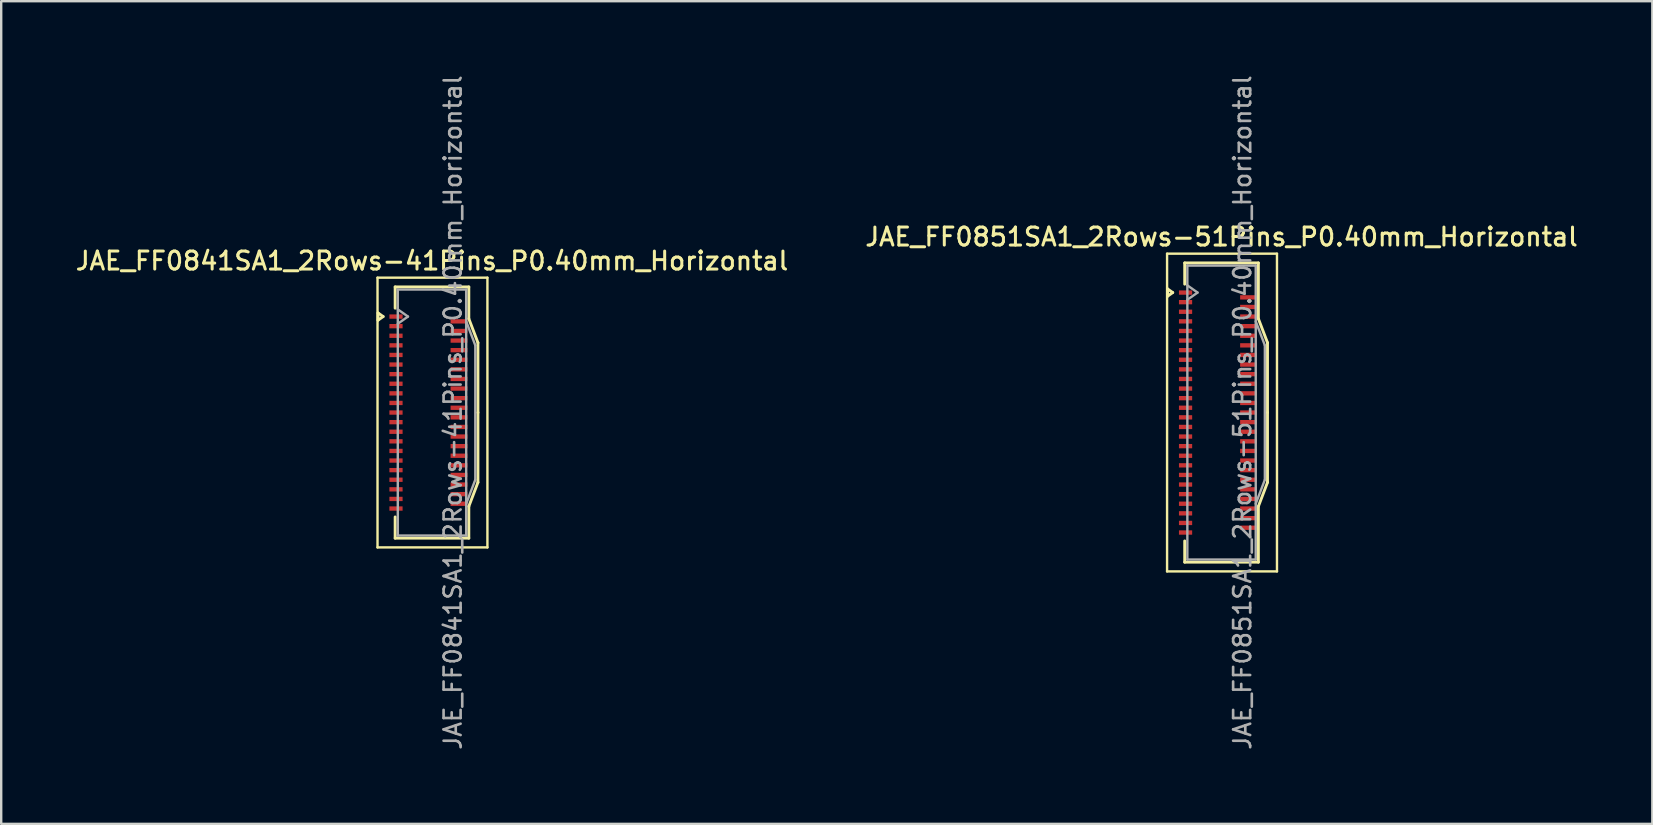
<source format=kicad_pcb>
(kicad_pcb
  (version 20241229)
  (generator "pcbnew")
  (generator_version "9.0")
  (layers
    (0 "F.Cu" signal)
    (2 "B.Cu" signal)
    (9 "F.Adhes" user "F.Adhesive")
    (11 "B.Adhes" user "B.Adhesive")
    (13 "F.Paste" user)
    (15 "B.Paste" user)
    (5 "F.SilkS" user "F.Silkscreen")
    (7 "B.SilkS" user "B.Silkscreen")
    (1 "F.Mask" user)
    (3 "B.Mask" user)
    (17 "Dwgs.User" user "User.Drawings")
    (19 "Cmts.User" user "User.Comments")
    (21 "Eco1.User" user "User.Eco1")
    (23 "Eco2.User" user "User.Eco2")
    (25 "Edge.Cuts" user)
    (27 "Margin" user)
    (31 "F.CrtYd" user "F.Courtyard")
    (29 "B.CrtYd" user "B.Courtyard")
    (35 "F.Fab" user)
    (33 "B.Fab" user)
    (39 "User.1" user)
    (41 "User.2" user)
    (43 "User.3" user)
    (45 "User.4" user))
  (footprint "JAE_FF0851SA1_2Rows-51Pins_P0.40mm_Horizontal"
    (layer "F.Cu")
    (at 47.705 14.142)
    (property "Reference" "JAE_FF0851SA1_2Rows-51Pins_P0.40mm_Horizontal" (at 0.15 -7.32 0) (layer "F.SilkS") (effects (font (size 0.75 0.75) (thickness 0.125))))
    (attr smd)
    (fp_line (start -2.12 -6.62) (end -2.12 6.62) (stroke (width 0.1) (type solid)) (layer "F.SilkS"))
    (fp_line (start -2.12 6.62) (end 2.46 6.62) (stroke (width 0.1) (type solid)) (layer "F.SilkS"))
    (fp_line (start -2.097 -5.15) (end -1.885 -5) (stroke (width 0.12) (type solid)) (layer "F.SilkS"))
    (fp_line (start -2.097 -4.85) (end -2.097 -5.15) (stroke (width 0.12) (type solid)) (layer "F.SilkS"))
    (fp_line (start -1.885 -5) (end -2.097 -4.85) (stroke (width 0.12) (type solid)) (layer "F.SilkS"))
    (fp_line (start -1.385 -6.235) (end 1.685 -6.235) (stroke (width 0.12) (type solid)) (layer "F.SilkS"))
    (fp_line (start -1.385 -5.35) (end -1.385 -6.235) (stroke (width 0.12) (type solid)) (layer "F.SilkS"))
    (fp_line (start -1.385 5.35) (end -1.385 6.235) (stroke (width 0.12) (type solid)) (layer "F.SilkS"))
    (fp_line (start -1.385 6.235) (end 1.685 6.235) (stroke (width 0.12) (type solid)) (layer "F.SilkS"))
    (fp_line (start 1.685 -6.235) (end 1.685 -3.91) (stroke (width 0.12) (type solid)) (layer "F.SilkS"))
    (fp_line (start 1.685 -3.91) (end 2.065 -2.91) (stroke (width 0.12) (type solid)) (layer "F.SilkS"))
    (fp_line (start 1.685 3.91) (end 2.065 2.91) (stroke (width 0.12) (type solid)) (layer "F.SilkS"))
    (fp_line (start 1.685 6.235) (end 1.685 3.91) (stroke (width 0.12) (type solid)) (layer "F.SilkS"))
    (fp_line (start 2.065 -2.91) (end 2.065 0) (stroke (width 0.12) (type solid)) (layer "F.SilkS"))
    (fp_line (start 2.065 2.91) (end 2.065 0) (stroke (width 0.12) (type solid)) (layer "F.SilkS"))
    (fp_line (start 2.46 -6.62) (end -2.12 -6.62) (stroke (width 0.1) (type solid)) (layer "F.SilkS"))
    (fp_line (start 2.46 6.62) (end 2.46 -6.62) (stroke (width 0.1) (type solid)) (layer "F.SilkS"))
    (fp_line (start -1.275 -6.125) (end -1.275 6.125) (stroke (width 0.1) (type solid)) (layer "F.Fab"))
    (fp_line (start -1.275 -5.3) (end -0.851 -5) (stroke (width 0.1) (type solid)) (layer "F.Fab"))
    (fp_line (start -1.275 6.125) (end 1.575 6.125) (stroke (width 0.1) (type solid)) (layer "F.Fab"))
    (fp_line (start -0.851 -5) (end -1.275 -4.7) (stroke (width 0.1) (type solid)) (layer "F.Fab"))
    (fp_line (start 1.575 -6.125) (end -1.275 -6.125) (stroke (width 0.1) (type solid)) (layer "F.Fab"))
    (fp_line (start 1.575 -3.8) (end 1.955 -2.8) (stroke (width 0.1) (type solid)) (layer "F.Fab"))
    (fp_line (start 1.575 6.125) (end 1.575 -6.125) (stroke (width 0.1) (type solid)) (layer "F.Fab"))
    (fp_line (start 1.955 -2.8) (end 1.955 2.8) (stroke (width 0.1) (type solid)) (layer "F.Fab"))
    (fp_line (start 1.955 2.8) (end 1.575 3.8) (stroke (width 0.1) (type solid)) (layer "F.Fab"))
    (fp_text user "${REFERENCE}" (at 1.02 0 90) (layer "F.Fab") (effects (font (size 0.71 0.71) (thickness 0.11))))
    (pad "1" smd rect (at -1.35 -5) (size 0.55 0.18) (layers "F.Cu" "F.Mask" "F.Paste"))
    (pad "2" smd rect (at 1.275 -4.8) (size 0.7 0.18) (layers "F.Cu" "F.Mask" "F.Paste"))
    (pad "3" smd rect (at -1.35 -4.6) (size 0.55 0.18) (layers "F.Cu" "F.Mask" "F.Paste"))
    (pad "4" smd rect (at 1.275 -4.4) (size 0.7 0.18) (layers "F.Cu" "F.Mask" "F.Paste"))
    (pad "5" smd rect (at -1.35 -4.2) (size 0.55 0.18) (layers "F.Cu" "F.Mask" "F.Paste"))
    (pad "6" smd rect (at 1.275 -4) (size 0.7 0.18) (layers "F.Cu" "F.Mask" "F.Paste"))
    (pad "7" smd rect (at -1.35 -3.8) (size 0.55 0.18) (layers "F.Cu" "F.Mask" "F.Paste"))
    (pad "8" smd rect (at 1.275 -3.6) (size 0.7 0.18) (layers "F.Cu" "F.Mask" "F.Paste"))
    (pad "9" smd rect (at -1.35 -3.4) (size 0.55 0.18) (layers "F.Cu" "F.Mask" "F.Paste"))
    (pad "10" smd rect (at 1.275 -3.2) (size 0.7 0.18) (layers "F.Cu" "F.Mask" "F.Paste"))
    (pad "11" smd rect (at -1.35 -3) (size 0.55 0.18) (layers "F.Cu" "F.Mask" "F.Paste"))
    (pad "12" smd rect (at 1.275 -2.8) (size 0.7 0.18) (layers "F.Cu" "F.Mask" "F.Paste"))
    (pad "13" smd rect (at -1.35 -2.6) (size 0.55 0.18) (layers "F.Cu" "F.Mask" "F.Paste"))
    (pad "14" smd rect (at 1.275 -2.4) (size 0.7 0.18) (layers "F.Cu" "F.Mask" "F.Paste"))
    (pad "15" smd rect (at -1.35 -2.2) (size 0.55 0.18) (layers "F.Cu" "F.Mask" "F.Paste"))
    (pad "16" smd rect (at 1.275 -2) (size 0.7 0.18) (layers "F.Cu" "F.Mask" "F.Paste"))
    (pad "17" smd rect (at -1.35 -1.8) (size 0.55 0.18) (layers "F.Cu" "F.Mask" "F.Paste"))
    (pad "18" smd rect (at 1.275 -1.6) (size 0.7 0.18) (layers "F.Cu" "F.Mask" "F.Paste"))
    (pad "19" smd rect (at -1.35 -1.4) (size 0.55 0.18) (layers "F.Cu" "F.Mask" "F.Paste"))
    (pad "20" smd rect (at 1.275 -1.2) (size 0.7 0.18) (layers "F.Cu" "F.Mask" "F.Paste"))
    (pad "21" smd rect (at -1.35 -1) (size 0.55 0.18) (layers "F.Cu" "F.Mask" "F.Paste"))
    (pad "22" smd rect (at 1.275 -0.8) (size 0.7 0.18) (layers "F.Cu" "F.Mask" "F.Paste"))
    (pad "23" smd rect (at -1.35 -0.6) (size 0.55 0.18) (layers "F.Cu" "F.Mask" "F.Paste"))
    (pad "24" smd rect (at 1.275 -0.4) (size 0.7 0.18) (layers "F.Cu" "F.Mask" "F.Paste"))
    (pad "25" smd rect (at -1.35 -0.2) (size 0.55 0.18) (layers "F.Cu" "F.Mask" "F.Paste"))
    (pad "26" smd rect (at 1.275 0) (size 0.7 0.18) (layers "F.Cu" "F.Mask" "F.Paste"))
    (pad "27" smd rect (at -1.35 0.2) (size 0.55 0.18) (layers "F.Cu" "F.Mask" "F.Paste"))
    (pad "28" smd rect (at 1.275 0.4) (size 0.7 0.18) (layers "F.Cu" "F.Mask" "F.Paste"))
    (pad "29" smd rect (at -1.35 0.6) (size 0.55 0.18) (layers "F.Cu" "F.Mask" "F.Paste"))
    (pad "30" smd rect (at 1.275 0.8) (size 0.7 0.18) (layers "F.Cu" "F.Mask" "F.Paste"))
    (pad "31" smd rect (at -1.35 1) (size 0.55 0.18) (layers "F.Cu" "F.Mask" "F.Paste"))
    (pad "32" smd rect (at 1.275 1.2) (size 0.7 0.18) (layers "F.Cu" "F.Mask" "F.Paste"))
    (pad "33" smd rect (at -1.35 1.4) (size 0.55 0.18) (layers "F.Cu" "F.Mask" "F.Paste"))
    (pad "34" smd rect (at 1.275 1.6) (size 0.7 0.18) (layers "F.Cu" "F.Mask" "F.Paste"))
    (pad "35" smd rect (at -1.35 1.8) (size 0.55 0.18) (layers "F.Cu" "F.Mask" "F.Paste"))
    (pad "36" smd rect (at 1.275 2) (size 0.7 0.18) (layers "F.Cu" "F.Mask" "F.Paste"))
    (pad "37" smd rect (at -1.35 2.2) (size 0.55 0.18) (layers "F.Cu" "F.Mask" "F.Paste"))
    (pad "38" smd rect (at 1.275 2.4) (size 0.7 0.18) (layers "F.Cu" "F.Mask" "F.Paste"))
    (pad "39" smd rect (at -1.35 2.6) (size 0.55 0.18) (layers "F.Cu" "F.Mask" "F.Paste"))
    (pad "40" smd rect (at 1.275 2.8) (size 0.7 0.18) (layers "F.Cu" "F.Mask" "F.Paste"))
    (pad "41" smd rect (at -1.35 3) (size 0.55 0.18) (layers "F.Cu" "F.Mask" "F.Paste"))
    (pad "42" smd rect (at 1.275 3.2) (size 0.7 0.18) (layers "F.Cu" "F.Mask" "F.Paste"))
    (pad "43" smd rect (at -1.35 3.4) (size 0.55 0.18) (layers "F.Cu" "F.Mask" "F.Paste"))
    (pad "44" smd rect (at 1.275 3.6) (size 0.7 0.18) (layers "F.Cu" "F.Mask" "F.Paste"))
    (pad "45" smd rect (at -1.35 3.8) (size 0.55 0.18) (layers "F.Cu" "F.Mask" "F.Paste"))
    (pad "46" smd rect (at 1.275 4) (size 0.7 0.18) (layers "F.Cu" "F.Mask" "F.Paste"))
    (pad "47" smd rect (at -1.35 4.2) (size 0.55 0.18) (layers "F.Cu" "F.Mask" "F.Paste"))
    (pad "48" smd rect (at 1.275 4.4) (size 0.7 0.18) (layers "F.Cu" "F.Mask" "F.Paste"))
    (pad "49" smd rect (at -1.35 4.6) (size 0.55 0.18) (layers "F.Cu" "F.Mask" "F.Paste"))
    (pad "50" smd rect (at 1.275 4.8) (size 0.7 0.18) (layers "F.Cu" "F.Mask" "F.Paste"))
    (pad "51" smd rect (at -1.35 5) (size 0.55 0.18) (layers "F.Cu" "F.Mask" "F.Paste")))
  (footprint "JAE_FF0841SA1_2Rows-41Pins_P0.40mm_Horizontal"
    (layer "F.Cu")
    (at 14.802 14.142)
    (property "Reference" "JAE_FF0841SA1_2Rows-41Pins_P0.40mm_Horizontal" (at 0.15 -6.32 0) (layer "F.SilkS") (effects (font (size 0.75 0.75) (thickness 0.125))))
    (attr smd)
    (fp_line (start -2.12 -5.62) (end -2.12 5.62) (stroke (width 0.1) (type solid)) (layer "F.SilkS"))
    (fp_line (start -2.12 5.62) (end 2.46 5.62) (stroke (width 0.1) (type solid)) (layer "F.SilkS"))
    (fp_line (start -2.097 -4.15) (end -1.885 -4) (stroke (width 0.12) (type solid)) (layer "F.SilkS"))
    (fp_line (start -2.097 -3.85) (end -2.097 -4.15) (stroke (width 0.12) (type solid)) (layer "F.SilkS"))
    (fp_line (start -1.885 -4) (end -2.097 -3.85) (stroke (width 0.12) (type solid)) (layer "F.SilkS"))
    (fp_line (start -1.385 -5.235) (end 1.685 -5.235) (stroke (width 0.12) (type solid)) (layer "F.SilkS"))
    (fp_line (start -1.385 -4.35) (end -1.385 -5.235) (stroke (width 0.12) (type solid)) (layer "F.SilkS"))
    (fp_line (start -1.385 4.35) (end -1.385 5.235) (stroke (width 0.12) (type solid)) (layer "F.SilkS"))
    (fp_line (start -1.385 5.235) (end 1.685 5.235) (stroke (width 0.12) (type solid)) (layer "F.SilkS"))
    (fp_line (start 1.685 -5.235) (end 1.685 -3.91) (stroke (width 0.12) (type solid)) (layer "F.SilkS"))
    (fp_line (start 1.685 -3.91) (end 2.065 -2.91) (stroke (width 0.12) (type solid)) (layer "F.SilkS"))
    (fp_line (start 1.685 3.91) (end 2.065 2.91) (stroke (width 0.12) (type solid)) (layer "F.SilkS"))
    (fp_line (start 1.685 5.235) (end 1.685 3.91) (stroke (width 0.12) (type solid)) (layer "F.SilkS"))
    (fp_line (start 2.065 -2.91) (end 2.065 0) (stroke (width 0.12) (type solid)) (layer "F.SilkS"))
    (fp_line (start 2.065 2.91) (end 2.065 0) (stroke (width 0.12) (type solid)) (layer "F.SilkS"))
    (fp_line (start 2.46 -5.62) (end -2.12 -5.62) (stroke (width 0.1) (type solid)) (layer "F.SilkS"))
    (fp_line (start 2.46 5.62) (end 2.46 -5.62) (stroke (width 0.1) (type solid)) (layer "F.SilkS"))
    (fp_line (start -1.275 -5.125) (end -1.275 5.125) (stroke (width 0.1) (type solid)) (layer "F.Fab"))
    (fp_line (start -1.275 -4.3) (end -0.851 -4) (stroke (width 0.1) (type solid)) (layer "F.Fab"))
    (fp_line (start -1.275 5.125) (end 1.575 5.125) (stroke (width 0.1) (type solid)) (layer "F.Fab"))
    (fp_line (start -0.851 -4) (end -1.275 -3.7) (stroke (width 0.1) (type solid)) (layer "F.Fab"))
    (fp_line (start 1.575 -5.125) (end -1.275 -5.125) (stroke (width 0.1) (type solid)) (layer "F.Fab"))
    (fp_line (start 1.575 -3.8) (end 1.955 -2.8) (stroke (width 0.1) (type solid)) (layer "F.Fab"))
    (fp_line (start 1.575 5.125) (end 1.575 -5.125) (stroke (width 0.1) (type solid)) (layer "F.Fab"))
    (fp_line (start 1.955 -2.8) (end 1.955 2.8) (stroke (width 0.1) (type solid)) (layer "F.Fab"))
    (fp_line (start 1.955 2.8) (end 1.575 3.8) (stroke (width 0.1) (type solid)) (layer "F.Fab"))
    (fp_text user "${REFERENCE}" (at 1.02 0 90) (layer "F.Fab") (effects (font (size 0.71 0.71) (thickness 0.11))))
    (pad "1" smd rect (at -1.35 -4) (size 0.55 0.18) (layers "F.Cu" "F.Mask" "F.Paste"))
    (pad "2" smd rect (at 1.275 -3.8) (size 0.7 0.18) (layers "F.Cu" "F.Mask" "F.Paste"))
    (pad "3" smd rect (at -1.35 -3.6) (size 0.55 0.18) (layers "F.Cu" "F.Mask" "F.Paste"))
    (pad "4" smd rect (at 1.275 -3.4) (size 0.7 0.18) (layers "F.Cu" "F.Mask" "F.Paste"))
    (pad "5" smd rect (at -1.35 -3.2) (size 0.55 0.18) (layers "F.Cu" "F.Mask" "F.Paste"))
    (pad "6" smd rect (at 1.275 -3) (size 0.7 0.18) (layers "F.Cu" "F.Mask" "F.Paste"))
    (pad "7" smd rect (at -1.35 -2.8) (size 0.55 0.18) (layers "F.Cu" "F.Mask" "F.Paste"))
    (pad "8" smd rect (at 1.275 -2.6) (size 0.7 0.18) (layers "F.Cu" "F.Mask" "F.Paste"))
    (pad "9" smd rect (at -1.35 -2.4) (size 0.55 0.18) (layers "F.Cu" "F.Mask" "F.Paste"))
    (pad "10" smd rect (at 1.275 -2.2) (size 0.7 0.18) (layers "F.Cu" "F.Mask" "F.Paste"))
    (pad "11" smd rect (at -1.35 -2) (size 0.55 0.18) (layers "F.Cu" "F.Mask" "F.Paste"))
    (pad "12" smd rect (at 1.275 -1.8) (size 0.7 0.18) (layers "F.Cu" "F.Mask" "F.Paste"))
    (pad "13" smd rect (at -1.35 -1.6) (size 0.55 0.18) (layers "F.Cu" "F.Mask" "F.Paste"))
    (pad "14" smd rect (at 1.275 -1.4) (size 0.7 0.18) (layers "F.Cu" "F.Mask" "F.Paste"))
    (pad "15" smd rect (at -1.35 -1.2) (size 0.55 0.18) (layers "F.Cu" "F.Mask" "F.Paste"))
    (pad "16" smd rect (at 1.275 -1) (size 0.7 0.18) (layers "F.Cu" "F.Mask" "F.Paste"))
    (pad "17" smd rect (at -1.35 -0.8) (size 0.55 0.18) (layers "F.Cu" "F.Mask" "F.Paste"))
    (pad "18" smd rect (at 1.275 -0.6) (size 0.7 0.18) (layers "F.Cu" "F.Mask" "F.Paste"))
    (pad "19" smd rect (at -1.35 -0.4) (size 0.55 0.18) (layers "F.Cu" "F.Mask" "F.Paste"))
    (pad "20" smd rect (at 1.275 -0.2) (size 0.7 0.18) (layers "F.Cu" "F.Mask" "F.Paste"))
    (pad "21" smd rect (at -1.35 0) (size 0.55 0.18) (layers "F.Cu" "F.Mask" "F.Paste"))
    (pad "22" smd rect (at 1.275 0.2) (size 0.7 0.18) (layers "F.Cu" "F.Mask" "F.Paste"))
    (pad "23" smd rect (at -1.35 0.4) (size 0.55 0.18) (layers "F.Cu" "F.Mask" "F.Paste"))
    (pad "24" smd rect (at 1.275 0.6) (size 0.7 0.18) (layers "F.Cu" "F.Mask" "F.Paste"))
    (pad "25" smd rect (at -1.35 0.8) (size 0.55 0.18) (layers "F.Cu" "F.Mask" "F.Paste"))
    (pad "26" smd rect (at 1.275 1) (size 0.7 0.18) (layers "F.Cu" "F.Mask" "F.Paste"))
    (pad "27" smd rect (at -1.35 1.2) (size 0.55 0.18) (layers "F.Cu" "F.Mask" "F.Paste"))
    (pad "28" smd rect (at 1.275 1.4) (size 0.7 0.18) (layers "F.Cu" "F.Mask" "F.Paste"))
    (pad "29" smd rect (at -1.35 1.6) (size 0.55 0.18) (layers "F.Cu" "F.Mask" "F.Paste"))
    (pad "30" smd rect (at 1.275 1.8) (size 0.7 0.18) (layers "F.Cu" "F.Mask" "F.Paste"))
    (pad "31" smd rect (at -1.35 2) (size 0.55 0.18) (layers "F.Cu" "F.Mask" "F.Paste"))
    (pad "32" smd rect (at 1.275 2.2) (size 0.7 0.18) (layers "F.Cu" "F.Mask" "F.Paste"))
    (pad "33" smd rect (at -1.35 2.4) (size 0.55 0.18) (layers "F.Cu" "F.Mask" "F.Paste"))
    (pad "34" smd rect (at 1.275 2.6) (size 0.7 0.18) (layers "F.Cu" "F.Mask" "F.Paste"))
    (pad "35" smd rect (at -1.35 2.8) (size 0.55 0.18) (layers "F.Cu" "F.Mask" "F.Paste"))
    (pad "36" smd rect (at 1.275 3) (size 0.7 0.18) (layers "F.Cu" "F.Mask" "F.Paste"))
    (pad "37" smd rect (at -1.35 3.2) (size 0.55 0.18) (layers "F.Cu" "F.Mask" "F.Paste"))
    (pad "38" smd rect (at 1.275 3.4) (size 0.7 0.18) (layers "F.Cu" "F.Mask" "F.Paste"))
    (pad "39" smd rect (at -1.35 3.6) (size 0.55 0.18) (layers "F.Cu" "F.Mask" "F.Paste"))
    (pad "40" smd rect (at 1.275 3.8) (size 0.7 0.18) (layers "F.Cu" "F.Mask" "F.Paste"))
    (pad "41" smd rect (at -1.35 4) (size 0.55 0.18) (layers "F.Cu" "F.Mask" "F.Paste")))
  (gr_rect
    (start -3 -3)
    (end 65.807 31.284)
    (stroke (width 0.1) (type default))
    (fill no)
    (layer "Edge.Cuts")))
</source>
